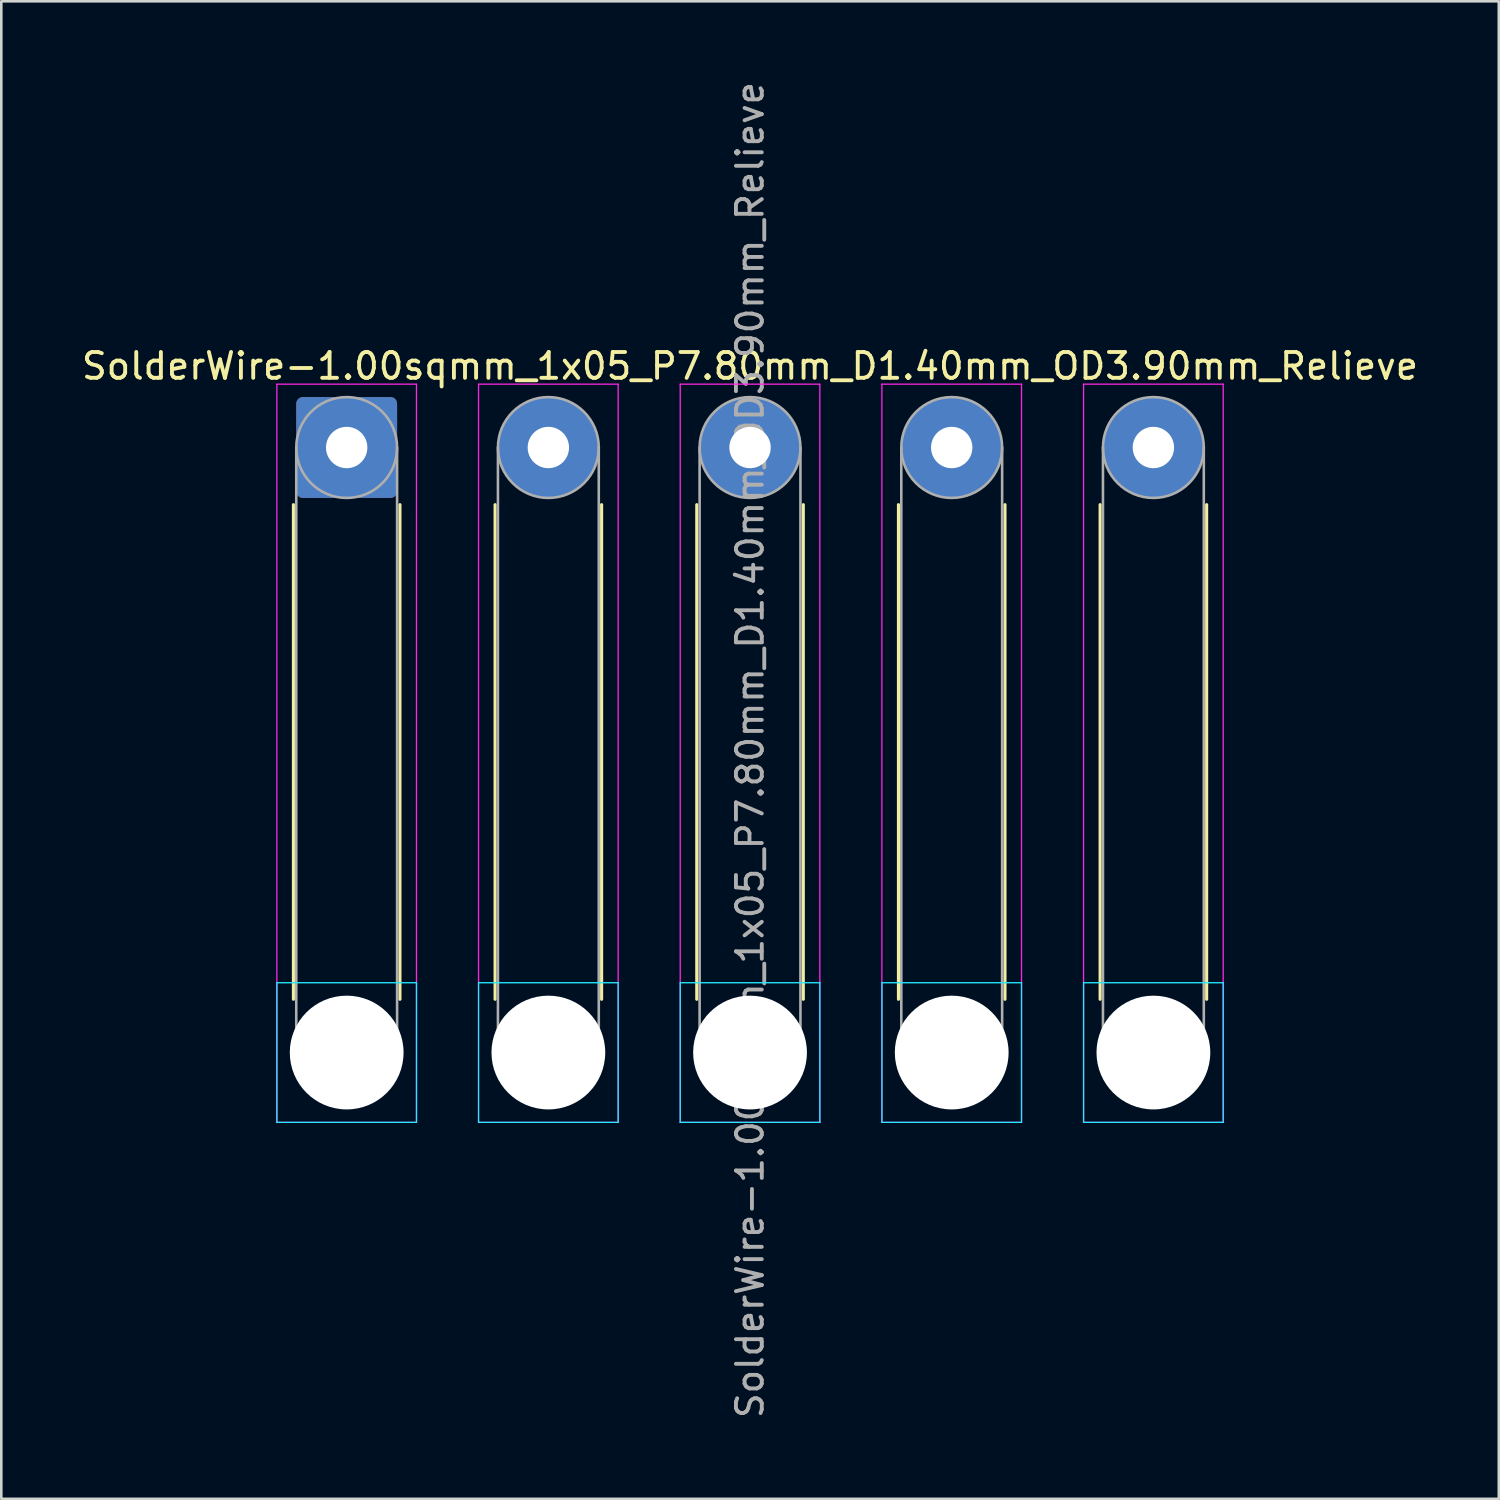
<source format=kicad_pcb>
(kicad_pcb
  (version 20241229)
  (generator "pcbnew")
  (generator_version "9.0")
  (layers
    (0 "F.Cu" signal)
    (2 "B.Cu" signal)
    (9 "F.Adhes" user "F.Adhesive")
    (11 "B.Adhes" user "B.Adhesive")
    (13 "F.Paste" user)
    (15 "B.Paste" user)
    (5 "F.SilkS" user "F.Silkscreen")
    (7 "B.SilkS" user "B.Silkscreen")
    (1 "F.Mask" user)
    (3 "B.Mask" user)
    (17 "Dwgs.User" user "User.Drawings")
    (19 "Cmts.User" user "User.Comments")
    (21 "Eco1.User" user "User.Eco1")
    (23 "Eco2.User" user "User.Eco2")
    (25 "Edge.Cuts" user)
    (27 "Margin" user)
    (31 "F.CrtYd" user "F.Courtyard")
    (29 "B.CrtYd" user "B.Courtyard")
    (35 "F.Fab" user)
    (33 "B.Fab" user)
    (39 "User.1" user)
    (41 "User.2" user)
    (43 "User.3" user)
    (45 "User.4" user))
  (footprint "SolderWire-1.00sqmm_1x05_P7.80mm_D1.40mm_OD3.90mm_Relieve"
    (layer "F.Cu")
    (at 10.358 14.258)
    (property "Reference" "SolderWire-1.00sqmm_1x05_P7.80mm_D1.40mm_OD3.90mm_Relieve" (at 15.6 -3.15 0) (layer "F.SilkS") (effects (font (size 1 1) (thickness 0.15))))
    (attr exclude_from_pos_files exclude_from_bom)
    (fp_line (start -2.06 2.21) (end -2.06 21.34) (stroke (width 0.12) (type solid)) (layer "F.SilkS"))
    (fp_line (start 2.06 2.21) (end 2.06 21.34) (stroke (width 0.12) (type solid)) (layer "F.SilkS"))
    (fp_line (start 5.74 2.21) (end 5.74 21.34) (stroke (width 0.12) (type solid)) (layer "F.SilkS"))
    (fp_line (start 9.86 2.21) (end 9.86 21.34) (stroke (width 0.12) (type solid)) (layer "F.SilkS"))
    (fp_line (start 13.54 2.21) (end 13.54 21.34) (stroke (width 0.12) (type solid)) (layer "F.SilkS"))
    (fp_line (start 17.66 2.21) (end 17.66 21.34) (stroke (width 0.12) (type solid)) (layer "F.SilkS"))
    (fp_line (start 21.34 2.21) (end 21.34 21.34) (stroke (width 0.12) (type solid)) (layer "F.SilkS"))
    (fp_line (start 25.46 2.21) (end 25.46 21.34) (stroke (width 0.12) (type solid)) (layer "F.SilkS"))
    (fp_line (start 29.14 2.21) (end 29.14 21.34) (stroke (width 0.12) (type solid)) (layer "F.SilkS"))
    (fp_line (start 33.26 2.21) (end 33.26 21.34) (stroke (width 0.12) (type solid)) (layer "F.SilkS"))
    (fp_line (start -2.7 20.7) (end -2.7 26.1) (stroke (width 0.05) (type solid)) (layer "B.CrtYd"))
    (fp_line (start -2.7 26.1) (end 2.7 26.1) (stroke (width 0.05) (type solid)) (layer "B.CrtYd"))
    (fp_line (start 2.7 20.7) (end -2.7 20.7) (stroke (width 0.05) (type solid)) (layer "B.CrtYd"))
    (fp_line (start 2.7 26.1) (end 2.7 20.7) (stroke (width 0.05) (type solid)) (layer "B.CrtYd"))
    (fp_line (start 5.1 20.7) (end 5.1 26.1) (stroke (width 0.05) (type solid)) (layer "B.CrtYd"))
    (fp_line (start 5.1 26.1) (end 10.5 26.1) (stroke (width 0.05) (type solid)) (layer "B.CrtYd"))
    (fp_line (start 10.5 20.7) (end 5.1 20.7) (stroke (width 0.05) (type solid)) (layer "B.CrtYd"))
    (fp_line (start 10.5 26.1) (end 10.5 20.7) (stroke (width 0.05) (type solid)) (layer "B.CrtYd"))
    (fp_line (start 12.9 20.7) (end 12.9 26.1) (stroke (width 0.05) (type solid)) (layer "B.CrtYd"))
    (fp_line (start 12.9 26.1) (end 18.3 26.1) (stroke (width 0.05) (type solid)) (layer "B.CrtYd"))
    (fp_line (start 18.3 20.7) (end 12.9 20.7) (stroke (width 0.05) (type solid)) (layer "B.CrtYd"))
    (fp_line (start 18.3 26.1) (end 18.3 20.7) (stroke (width 0.05) (type solid)) (layer "B.CrtYd"))
    (fp_line (start 20.7 20.7) (end 20.7 26.1) (stroke (width 0.05) (type solid)) (layer "B.CrtYd"))
    (fp_line (start 20.7 26.1) (end 26.1 26.1) (stroke (width 0.05) (type solid)) (layer "B.CrtYd"))
    (fp_line (start 26.1 20.7) (end 20.7 20.7) (stroke (width 0.05) (type solid)) (layer "B.CrtYd"))
    (fp_line (start 26.1 26.1) (end 26.1 20.7) (stroke (width 0.05) (type solid)) (layer "B.CrtYd"))
    (fp_line (start 28.5 20.7) (end 28.5 26.1) (stroke (width 0.05) (type solid)) (layer "B.CrtYd"))
    (fp_line (start 28.5 26.1) (end 33.9 26.1) (stroke (width 0.05) (type solid)) (layer "B.CrtYd"))
    (fp_line (start 33.9 20.7) (end 28.5 20.7) (stroke (width 0.05) (type solid)) (layer "B.CrtYd"))
    (fp_line (start 33.9 26.1) (end 33.9 20.7) (stroke (width 0.05) (type solid)) (layer "B.CrtYd"))
    (fp_line (start -2.7 -2.45) (end -2.7 26.1) (stroke (width 0.05) (type solid)) (layer "F.CrtYd"))
    (fp_line (start -2.7 26.1) (end 2.7 26.1) (stroke (width 0.05) (type solid)) (layer "F.CrtYd"))
    (fp_line (start 2.7 -2.45) (end -2.7 -2.45) (stroke (width 0.05) (type solid)) (layer "F.CrtYd"))
    (fp_line (start 2.7 26.1) (end 2.7 -2.45) (stroke (width 0.05) (type solid)) (layer "F.CrtYd"))
    (fp_line (start 5.1 -2.45) (end 5.1 26.1) (stroke (width 0.05) (type solid)) (layer "F.CrtYd"))
    (fp_line (start 5.1 26.1) (end 10.5 26.1) (stroke (width 0.05) (type solid)) (layer "F.CrtYd"))
    (fp_line (start 10.5 -2.45) (end 5.1 -2.45) (stroke (width 0.05) (type solid)) (layer "F.CrtYd"))
    (fp_line (start 10.5 26.1) (end 10.5 -2.45) (stroke (width 0.05) (type solid)) (layer "F.CrtYd"))
    (fp_line (start 12.9 -2.45) (end 12.9 26.1) (stroke (width 0.05) (type solid)) (layer "F.CrtYd"))
    (fp_line (start 12.9 26.1) (end 18.3 26.1) (stroke (width 0.05) (type solid)) (layer "F.CrtYd"))
    (fp_line (start 18.3 -2.45) (end 12.9 -2.45) (stroke (width 0.05) (type solid)) (layer "F.CrtYd"))
    (fp_line (start 18.3 26.1) (end 18.3 -2.45) (stroke (width 0.05) (type solid)) (layer "F.CrtYd"))
    (fp_line (start 20.7 -2.45) (end 20.7 26.1) (stroke (width 0.05) (type solid)) (layer "F.CrtYd"))
    (fp_line (start 20.7 26.1) (end 26.1 26.1) (stroke (width 0.05) (type solid)) (layer "F.CrtYd"))
    (fp_line (start 26.1 -2.45) (end 20.7 -2.45) (stroke (width 0.05) (type solid)) (layer "F.CrtYd"))
    (fp_line (start 26.1 26.1) (end 26.1 -2.45) (stroke (width 0.05) (type solid)) (layer "F.CrtYd"))
    (fp_line (start 28.5 -2.45) (end 28.5 26.1) (stroke (width 0.05) (type solid)) (layer "F.CrtYd"))
    (fp_line (start 28.5 26.1) (end 33.9 26.1) (stroke (width 0.05) (type solid)) (layer "F.CrtYd"))
    (fp_line (start 33.9 -2.45) (end 28.5 -2.45) (stroke (width 0.05) (type solid)) (layer "F.CrtYd"))
    (fp_line (start 33.9 26.1) (end 33.9 -2.45) (stroke (width 0.05) (type solid)) (layer "F.CrtYd"))
    (fp_line (start -1.95 0) (end -1.95 23.4) (stroke (width 0.1) (type solid)) (layer "F.Fab"))
    (fp_line (start 1.95 0) (end 1.95 23.4) (stroke (width 0.1) (type solid)) (layer "F.Fab"))
    (fp_line (start 5.85 0) (end 5.85 23.4) (stroke (width 0.1) (type solid)) (layer "F.Fab"))
    (fp_line (start 9.75 0) (end 9.75 23.4) (stroke (width 0.1) (type solid)) (layer "F.Fab"))
    (fp_line (start 13.65 0) (end 13.65 23.4) (stroke (width 0.1) (type solid)) (layer "F.Fab"))
    (fp_line (start 17.55 0) (end 17.55 23.4) (stroke (width 0.1) (type solid)) (layer "F.Fab"))
    (fp_line (start 21.45 0) (end 21.45 23.4) (stroke (width 0.1) (type solid)) (layer "F.Fab"))
    (fp_line (start 25.35 0) (end 25.35 23.4) (stroke (width 0.1) (type solid)) (layer "F.Fab"))
    (fp_line (start 29.25 0) (end 29.25 23.4) (stroke (width 0.1) (type solid)) (layer "F.Fab"))
    (fp_line (start 33.15 0) (end 33.15 23.4) (stroke (width 0.1) (type solid)) (layer "F.Fab"))
    (fp_circle (center 0 0) (end 1.95 0) (stroke (width 0.1) (type solid)) (fill no) (layer "F.Fab"))
    (fp_circle (center 0 23.4) (end 1.95 23.4) (stroke (width 0.1) (type solid)) (fill no) (layer "F.Fab"))
    (fp_circle (center 7.8 0) (end 9.75 0) (stroke (width 0.1) (type solid)) (fill no) (layer "F.Fab"))
    (fp_circle (center 7.8 23.4) (end 9.75 23.4) (stroke (width 0.1) (type solid)) (fill no) (layer "F.Fab"))
    (fp_circle (center 15.6 0) (end 17.55 0) (stroke (width 0.1) (type solid)) (fill no) (layer "F.Fab"))
    (fp_circle (center 15.6 23.4) (end 17.55 23.4) (stroke (width 0.1) (type solid)) (fill no) (layer "F.Fab"))
    (fp_circle (center 23.4 0) (end 25.35 0) (stroke (width 0.1) (type solid)) (fill no) (layer "F.Fab"))
    (fp_circle (center 23.4 23.4) (end 25.35 23.4) (stroke (width 0.1) (type solid)) (fill no) (layer "F.Fab"))
    (fp_circle (center 31.2 0) (end 33.15 0) (stroke (width 0.1) (type solid)) (fill no) (layer "F.Fab"))
    (fp_circle (center 31.2 23.4) (end 33.15 23.4) (stroke (width 0.1) (type solid)) (fill no) (layer "F.Fab"))
    (fp_text user "${REFERENCE}" (at 15.6 11.7 90) (layer "F.Fab") (effects (font (size 1 1) (thickness 0.15))))
    (pad "" np_thru_hole circle (at 0 23.4) (size 4.4 4.4) (drill 4.4) (layers "*.Cu" "*.Mask"))
    (pad "" np_thru_hole circle (at 7.8 23.4) (size 4.4 4.4) (drill 4.4) (layers "*.Cu" "*.Mask"))
    (pad "" np_thru_hole circle (at 15.6 23.4) (size 4.4 4.4) (drill 4.4) (layers "*.Cu" "*.Mask"))
    (pad "" np_thru_hole circle (at 23.4 23.4) (size 4.4 4.4) (drill 4.4) (layers "*.Cu" "*.Mask"))
    (pad "" np_thru_hole circle (at 31.2 23.4) (size 4.4 4.4) (drill 4.4) (layers "*.Cu" "*.Mask"))
    (pad "1" thru_hole roundrect (at 0 0) (size 3.9 3.9) (drill 1.6) (layers "*.Cu" "*.Mask") (roundrect_rratio 0.064))
    (pad "2" thru_hole circle (at 7.8 0) (size 3.9 3.9) (drill 1.6) (layers "*.Cu" "*.Mask"))
    (pad "3" thru_hole circle (at 15.6 0) (size 3.9 3.9) (drill 1.6) (layers "*.Cu" "*.Mask"))
    (pad "4" thru_hole circle (at 23.4 0) (size 3.9 3.9) (drill 1.6) (layers "*.Cu" "*.Mask"))
    (pad "5" thru_hole circle (at 31.2 0) (size 3.9 3.9) (drill 1.6) (layers "*.Cu" "*.Mask")))
  (gr_rect
    (start -3 -3)
    (end 54.917 54.917)
    (stroke (width 0.1) (type default))
    (fill no)
    (layer "Edge.Cuts")))
</source>
